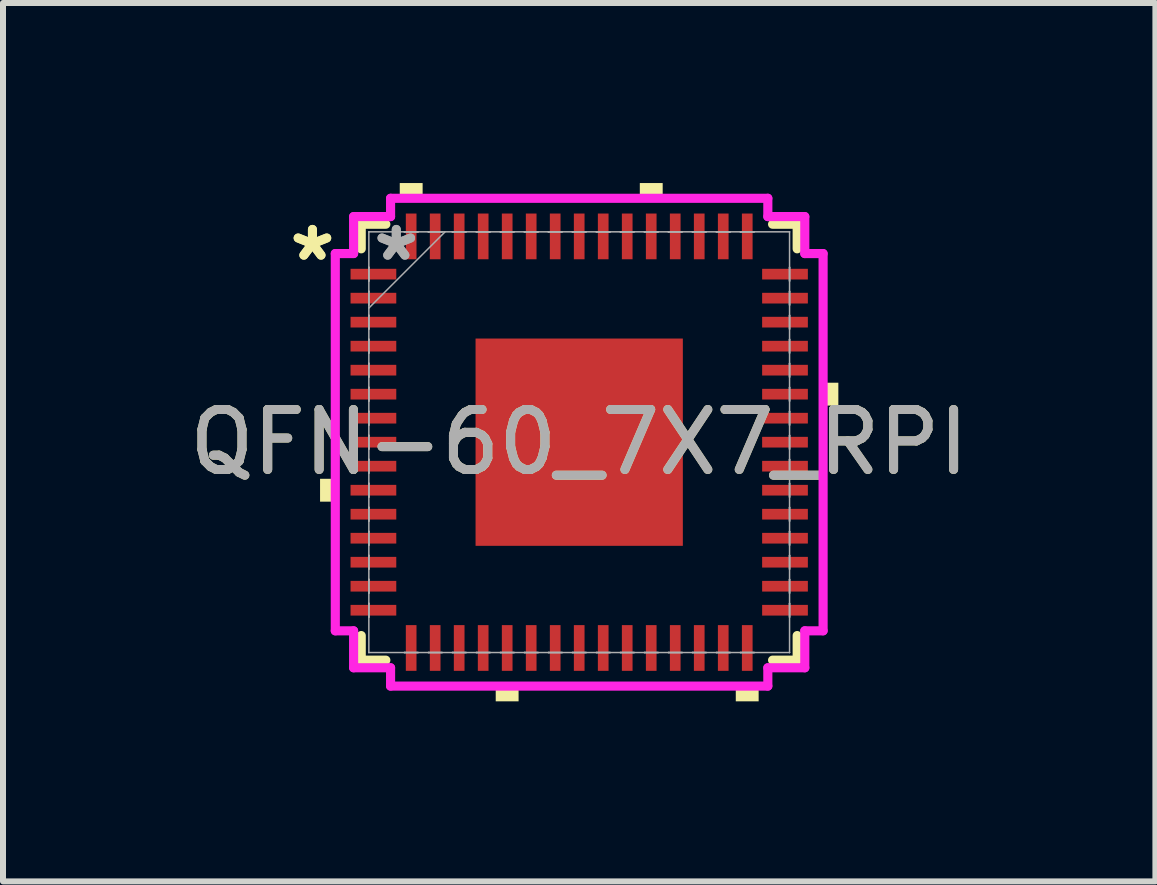
<source format=kicad_pcb>
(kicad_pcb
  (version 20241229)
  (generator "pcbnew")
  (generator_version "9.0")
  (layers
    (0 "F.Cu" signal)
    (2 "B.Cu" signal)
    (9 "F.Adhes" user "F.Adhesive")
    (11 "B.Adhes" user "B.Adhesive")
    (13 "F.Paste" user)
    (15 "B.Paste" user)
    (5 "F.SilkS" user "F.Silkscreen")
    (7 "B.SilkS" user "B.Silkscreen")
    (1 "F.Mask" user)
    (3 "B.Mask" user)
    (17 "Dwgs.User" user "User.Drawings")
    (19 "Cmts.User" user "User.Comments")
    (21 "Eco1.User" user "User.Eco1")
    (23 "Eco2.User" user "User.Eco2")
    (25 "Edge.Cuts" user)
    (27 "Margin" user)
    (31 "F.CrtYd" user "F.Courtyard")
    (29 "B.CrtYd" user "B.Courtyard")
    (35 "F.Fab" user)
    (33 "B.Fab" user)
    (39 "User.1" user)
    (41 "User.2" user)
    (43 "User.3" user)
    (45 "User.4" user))
  (footprint "QFN-60_7X7_RPI"
    (layer "F.Cu")
    (at 6.601 4.318)
    (property "Reference" "QFN-60_7X7_RPI" (at 0 0 0) (unlocked yes) (layer "F.SilkS") (effects (font (size 1 1) (thickness 0.15))))
    (attr smd)
    (fp_line (start -3.632 -3.632) (end -3.632 -3.222) (stroke (width 0.152) (type solid)) (layer "F.SilkS"))
    (fp_line (start -3.632 3.222) (end -3.632 3.632) (stroke (width 0.152) (type solid)) (layer "F.SilkS"))
    (fp_line (start -3.632 3.632) (end -3.222 3.632) (stroke (width 0.152) (type solid)) (layer "F.SilkS"))
    (fp_line (start -3.222 -3.632) (end -3.632 -3.632) (stroke (width 0.152) (type solid)) (layer "F.SilkS"))
    (fp_line (start 3.222 3.632) (end 3.632 3.632) (stroke (width 0.152) (type solid)) (layer "F.SilkS"))
    (fp_line (start 3.632 -3.632) (end 3.222 -3.632) (stroke (width 0.152) (type solid)) (layer "F.SilkS"))
    (fp_line (start 3.632 -3.222) (end 3.632 -3.632) (stroke (width 0.152) (type solid)) (layer "F.SilkS"))
    (fp_line (start 3.632 3.632) (end 3.632 3.222) (stroke (width 0.152) (type solid)) (layer "F.SilkS"))
    (fp_poly (pts (xy -4.318 0.61) (xy -4.318 0.991) (xy -4.064 0.991) (xy -4.064 0.61)) (stroke (width 0) (type solid)) (fill yes) (layer "F.SilkS"))
    (fp_poly (pts (xy -2.99 -4.064) (xy -2.99 -4.318) (xy -2.609 -4.318) (xy -2.609 -4.064)) (stroke (width 0) (type solid)) (fill yes) (layer "F.SilkS"))
    (fp_poly (pts (xy -1.391 4.064) (xy -1.391 4.318) (xy -1.01 4.318) (xy -1.01 4.064)) (stroke (width 0) (type solid)) (fill yes) (layer "F.SilkS"))
    (fp_poly (pts (xy 1.01 -4.064) (xy 1.01 -4.318) (xy 1.391 -4.318) (xy 1.391 -4.064)) (stroke (width 0) (type solid)) (fill yes) (layer "F.SilkS"))
    (fp_poly (pts (xy 2.609 4.064) (xy 2.609 4.318) (xy 2.99 4.318) (xy 2.99 4.064)) (stroke (width 0) (type solid)) (fill yes) (layer "F.SilkS"))
    (fp_poly (pts (xy 4.318 -0.991) (xy 4.318 -0.61) (xy 4.064 -0.61) (xy 4.064 -0.991)) (stroke (width 0) (type solid)) (fill yes) (layer "F.SilkS"))
    (fp_poly (pts (xy -1.627 -1.627) (xy -1.627 -0.1) (xy -0.1 -0.1) (xy -0.1 -1.627)) (stroke (width 0) (type solid)) (fill yes) (layer "F.Paste"))
    (fp_poly (pts (xy -1.627 0.1) (xy -1.627 1.627) (xy -0.1 1.627) (xy -0.1 0.1)) (stroke (width 0) (type solid)) (fill yes) (layer "F.Paste"))
    (fp_poly (pts (xy 0.1 -1.627) (xy 0.1 -0.1) (xy 1.627 -0.1) (xy 1.627 -1.627)) (stroke (width 0) (type solid)) (fill yes) (layer "F.Paste"))
    (fp_poly (pts (xy 0.1 0.1) (xy 0.1 1.627) (xy 1.627 1.627) (xy 1.627 0.1)) (stroke (width 0) (type solid)) (fill yes) (layer "F.Paste"))
    (fp_line (start -4.064 -3.143) (end -3.759 -3.143) (stroke (width 0.152) (type solid)) (layer "F.CrtYd"))
    (fp_line (start -4.064 3.143) (end -4.064 -3.143) (stroke (width 0.152) (type solid)) (layer "F.CrtYd"))
    (fp_line (start -3.759 -3.759) (end -3.143 -3.759) (stroke (width 0.152) (type solid)) (layer "F.CrtYd"))
    (fp_line (start -3.759 -3.143) (end -3.759 -3.759) (stroke (width 0.152) (type solid)) (layer "F.CrtYd"))
    (fp_line (start -3.759 3.143) (end -4.064 3.143) (stroke (width 0.152) (type solid)) (layer "F.CrtYd"))
    (fp_line (start -3.759 3.759) (end -3.759 3.143) (stroke (width 0.152) (type solid)) (layer "F.CrtYd"))
    (fp_line (start -3.143 -4.064) (end 3.143 -4.064) (stroke (width 0.152) (type solid)) (layer "F.CrtYd"))
    (fp_line (start -3.143 -3.759) (end -3.143 -4.064) (stroke (width 0.152) (type solid)) (layer "F.CrtYd"))
    (fp_line (start -3.143 3.759) (end -3.759 3.759) (stroke (width 0.152) (type solid)) (layer "F.CrtYd"))
    (fp_line (start -3.143 4.064) (end -3.143 3.759) (stroke (width 0.152) (type solid)) (layer "F.CrtYd"))
    (fp_line (start 3.143 -4.064) (end 3.143 -3.759) (stroke (width 0.152) (type solid)) (layer "F.CrtYd"))
    (fp_line (start 3.143 -3.759) (end 3.759 -3.759) (stroke (width 0.152) (type solid)) (layer "F.CrtYd"))
    (fp_line (start 3.143 3.759) (end 3.143 4.064) (stroke (width 0.152) (type solid)) (layer "F.CrtYd"))
    (fp_line (start 3.143 4.064) (end -3.143 4.064) (stroke (width 0.152) (type solid)) (layer "F.CrtYd"))
    (fp_line (start 3.759 -3.759) (end 3.759 -3.143) (stroke (width 0.152) (type solid)) (layer "F.CrtYd"))
    (fp_line (start 3.759 -3.143) (end 4.064 -3.143) (stroke (width 0.152) (type solid)) (layer "F.CrtYd"))
    (fp_line (start 3.759 3.143) (end 3.759 3.759) (stroke (width 0.152) (type solid)) (layer "F.CrtYd"))
    (fp_line (start 3.759 3.759) (end 3.143 3.759) (stroke (width 0.152) (type solid)) (layer "F.CrtYd"))
    (fp_line (start 4.064 -3.143) (end 4.064 3.143) (stroke (width 0.152) (type solid)) (layer "F.CrtYd"))
    (fp_line (start 4.064 3.143) (end 3.759 3.143) (stroke (width 0.152) (type solid)) (layer "F.CrtYd"))
    (fp_line (start -3.505 -3.505) (end -3.505 -3.505) (stroke (width 0.025) (type solid)) (layer "F.Fab"))
    (fp_line (start -3.505 -3.505) (end -3.505 3.505) (stroke (width 0.025) (type solid)) (layer "F.Fab"))
    (fp_line (start -3.505 -2.914) (end -3.505 -2.914) (stroke (width 0.025) (type solid)) (layer "F.Fab"))
    (fp_line (start -3.505 -2.914) (end -3.505 -2.686) (stroke (width 0.025) (type solid)) (layer "F.Fab"))
    (fp_line (start -3.505 -2.686) (end -3.505 -2.914) (stroke (width 0.025) (type solid)) (layer "F.Fab"))
    (fp_line (start -3.505 -2.686) (end -3.505 -2.686) (stroke (width 0.025) (type solid)) (layer "F.Fab"))
    (fp_line (start -3.505 -2.514) (end -3.505 -2.514) (stroke (width 0.025) (type solid)) (layer "F.Fab"))
    (fp_line (start -3.505 -2.514) (end -3.505 -2.286) (stroke (width 0.025) (type solid)) (layer "F.Fab"))
    (fp_line (start -3.505 -2.286) (end -3.505 -2.514) (stroke (width 0.025) (type solid)) (layer "F.Fab"))
    (fp_line (start -3.505 -2.286) (end -3.505 -2.286) (stroke (width 0.025) (type solid)) (layer "F.Fab"))
    (fp_line (start -3.505 -2.235) (end -2.235 -3.505) (stroke (width 0.025) (type solid)) (layer "F.Fab"))
    (fp_line (start -3.505 -2.114) (end -3.505 -2.114) (stroke (width 0.025) (type solid)) (layer "F.Fab"))
    (fp_line (start -3.505 -2.114) (end -3.505 -1.886) (stroke (width 0.025) (type solid)) (layer "F.Fab"))
    (fp_line (start -3.505 -1.886) (end -3.505 -2.114) (stroke (width 0.025) (type solid)) (layer "F.Fab"))
    (fp_line (start -3.505 -1.886) (end -3.505 -1.886) (stroke (width 0.025) (type solid)) (layer "F.Fab"))
    (fp_line (start -3.505 -1.714) (end -3.505 -1.714) (stroke (width 0.025) (type solid)) (layer "F.Fab"))
    (fp_line (start -3.505 -1.714) (end -3.505 -1.486) (stroke (width 0.025) (type solid)) (layer "F.Fab"))
    (fp_line (start -3.505 -1.486) (end -3.505 -1.714) (stroke (width 0.025) (type solid)) (layer "F.Fab"))
    (fp_line (start -3.505 -1.486) (end -3.505 -1.486) (stroke (width 0.025) (type solid)) (layer "F.Fab"))
    (fp_line (start -3.505 -1.314) (end -3.505 -1.314) (stroke (width 0.025) (type solid)) (layer "F.Fab"))
    (fp_line (start -3.505 -1.314) (end -3.505 -1.086) (stroke (width 0.025) (type solid)) (layer "F.Fab"))
    (fp_line (start -3.505 -1.086) (end -3.505 -1.314) (stroke (width 0.025) (type solid)) (layer "F.Fab"))
    (fp_line (start -3.505 -1.086) (end -3.505 -1.086) (stroke (width 0.025) (type solid)) (layer "F.Fab"))
    (fp_line (start -3.505 -0.914) (end -3.505 -0.914) (stroke (width 0.025) (type solid)) (layer "F.Fab"))
    (fp_line (start -3.505 -0.914) (end -3.505 -0.686) (stroke (width 0.025) (type solid)) (layer "F.Fab"))
    (fp_line (start -3.505 -0.686) (end -3.505 -0.914) (stroke (width 0.025) (type solid)) (layer "F.Fab"))
    (fp_line (start -3.505 -0.686) (end -3.505 -0.686) (stroke (width 0.025) (type solid)) (layer "F.Fab"))
    (fp_line (start -3.505 -0.514) (end -3.505 -0.514) (stroke (width 0.025) (type solid)) (layer "F.Fab"))
    (fp_line (start -3.505 -0.514) (end -3.505 -0.286) (stroke (width 0.025) (type solid)) (layer "F.Fab"))
    (fp_line (start -3.505 -0.286) (end -3.505 -0.514) (stroke (width 0.025) (type solid)) (layer "F.Fab"))
    (fp_line (start -3.505 -0.286) (end -3.505 -0.286) (stroke (width 0.025) (type solid)) (layer "F.Fab"))
    (fp_line (start -3.505 -0.114) (end -3.505 -0.114) (stroke (width 0.025) (type solid)) (layer "F.Fab"))
    (fp_line (start -3.505 -0.114) (end -3.505 0.114) (stroke (width 0.025) (type solid)) (layer "F.Fab"))
    (fp_line (start -3.505 0.114) (end -3.505 -0.114) (stroke (width 0.025) (type solid)) (layer "F.Fab"))
    (fp_line (start -3.505 0.114) (end -3.505 0.114) (stroke (width 0.025) (type solid)) (layer "F.Fab"))
    (fp_line (start -3.505 0.286) (end -3.505 0.286) (stroke (width 0.025) (type solid)) (layer "F.Fab"))
    (fp_line (start -3.505 0.286) (end -3.505 0.514) (stroke (width 0.025) (type solid)) (layer "F.Fab"))
    (fp_line (start -3.505 0.514) (end -3.505 0.286) (stroke (width 0.025) (type solid)) (layer "F.Fab"))
    (fp_line (start -3.505 0.514) (end -3.505 0.514) (stroke (width 0.025) (type solid)) (layer "F.Fab"))
    (fp_line (start -3.505 0.686) (end -3.505 0.686) (stroke (width 0.025) (type solid)) (layer "F.Fab"))
    (fp_line (start -3.505 0.686) (end -3.505 0.914) (stroke (width 0.025) (type solid)) (layer "F.Fab"))
    (fp_line (start -3.505 0.914) (end -3.505 0.686) (stroke (width 0.025) (type solid)) (layer "F.Fab"))
    (fp_line (start -3.505 0.914) (end -3.505 0.914) (stroke (width 0.025) (type solid)) (layer "F.Fab"))
    (fp_line (start -3.505 1.086) (end -3.505 1.086) (stroke (width 0.025) (type solid)) (layer "F.Fab"))
    (fp_line (start -3.505 1.086) (end -3.505 1.314) (stroke (width 0.025) (type solid)) (layer "F.Fab"))
    (fp_line (start -3.505 1.314) (end -3.505 1.086) (stroke (width 0.025) (type solid)) (layer "F.Fab"))
    (fp_line (start -3.505 1.314) (end -3.505 1.314) (stroke (width 0.025) (type solid)) (layer "F.Fab"))
    (fp_line (start -3.505 1.486) (end -3.505 1.486) (stroke (width 0.025) (type solid)) (layer "F.Fab"))
    (fp_line (start -3.505 1.486) (end -3.505 1.714) (stroke (width 0.025) (type solid)) (layer "F.Fab"))
    (fp_line (start -3.505 1.714) (end -3.505 1.486) (stroke (width 0.025) (type solid)) (layer "F.Fab"))
    (fp_line (start -3.505 1.714) (end -3.505 1.714) (stroke (width 0.025) (type solid)) (layer "F.Fab"))
    (fp_line (start -3.505 1.886) (end -3.505 1.886) (stroke (width 0.025) (type solid)) (layer "F.Fab"))
    (fp_line (start -3.505 1.886) (end -3.505 2.114) (stroke (width 0.025) (type solid)) (layer "F.Fab"))
    (fp_line (start -3.505 2.114) (end -3.505 1.886) (stroke (width 0.025) (type solid)) (layer "F.Fab"))
    (fp_line (start -3.505 2.114) (end -3.505 2.114) (stroke (width 0.025) (type solid)) (layer "F.Fab"))
    (fp_line (start -3.505 2.286) (end -3.505 2.286) (stroke (width 0.025) (type solid)) (layer "F.Fab"))
    (fp_line (start -3.505 2.286) (end -3.505 2.514) (stroke (width 0.025) (type solid)) (layer "F.Fab"))
    (fp_line (start -3.505 2.514) (end -3.505 2.286) (stroke (width 0.025) (type solid)) (layer "F.Fab"))
    (fp_line (start -3.505 2.514) (end -3.505 2.514) (stroke (width 0.025) (type solid)) (layer "F.Fab"))
    (fp_line (start -3.505 2.686) (end -3.505 2.686) (stroke (width 0.025) (type solid)) (layer "F.Fab"))
    (fp_line (start -3.505 2.686) (end -3.505 2.914) (stroke (width 0.025) (type solid)) (layer "F.Fab"))
    (fp_line (start -3.505 2.914) (end -3.505 2.686) (stroke (width 0.025) (type solid)) (layer "F.Fab"))
    (fp_line (start -3.505 2.914) (end -3.505 2.914) (stroke (width 0.025) (type solid)) (layer "F.Fab"))
    (fp_line (start -3.505 3.505) (end -3.505 3.505) (stroke (width 0.025) (type solid)) (layer "F.Fab"))
    (fp_line (start -3.505 3.505) (end 3.505 3.505) (stroke (width 0.025) (type solid)) (layer "F.Fab"))
    (fp_line (start -2.914 -3.505) (end -2.914 -3.505) (stroke (width 0.025) (type solid)) (layer "F.Fab"))
    (fp_line (start -2.914 -3.505) (end -2.686 -3.505) (stroke (width 0.025) (type solid)) (layer "F.Fab"))
    (fp_line (start -2.914 3.505) (end -2.914 3.505) (stroke (width 0.025) (type solid)) (layer "F.Fab"))
    (fp_line (start -2.914 3.505) (end -2.686 3.505) (stroke (width 0.025) (type solid)) (layer "F.Fab"))
    (fp_line (start -2.686 -3.505) (end -2.914 -3.505) (stroke (width 0.025) (type solid)) (layer "F.Fab"))
    (fp_line (start -2.686 -3.505) (end -2.686 -3.505) (stroke (width 0.025) (type solid)) (layer "F.Fab"))
    (fp_line (start -2.686 3.505) (end -2.914 3.505) (stroke (width 0.025) (type solid)) (layer "F.Fab"))
    (fp_line (start -2.686 3.505) (end -2.686 3.505) (stroke (width 0.025) (type solid)) (layer "F.Fab"))
    (fp_line (start -2.514 -3.505) (end -2.514 -3.505) (stroke (width 0.025) (type solid)) (layer "F.Fab"))
    (fp_line (start -2.514 -3.505) (end -2.286 -3.505) (stroke (width 0.025) (type solid)) (layer "F.Fab"))
    (fp_line (start -2.514 3.505) (end -2.514 3.505) (stroke (width 0.025) (type solid)) (layer "F.Fab"))
    (fp_line (start -2.514 3.505) (end -2.286 3.505) (stroke (width 0.025) (type solid)) (layer "F.Fab"))
    (fp_line (start -2.286 -3.505) (end -2.514 -3.505) (stroke (width 0.025) (type solid)) (layer "F.Fab"))
    (fp_line (start -2.286 -3.505) (end -2.286 -3.505) (stroke (width 0.025) (type solid)) (layer "F.Fab"))
    (fp_line (start -2.286 3.505) (end -2.514 3.505) (stroke (width 0.025) (type solid)) (layer "F.Fab"))
    (fp_line (start -2.286 3.505) (end -2.286 3.505) (stroke (width 0.025) (type solid)) (layer "F.Fab"))
    (fp_line (start -2.114 -3.505) (end -2.114 -3.505) (stroke (width 0.025) (type solid)) (layer "F.Fab"))
    (fp_line (start -2.114 -3.505) (end -1.886 -3.505) (stroke (width 0.025) (type solid)) (layer "F.Fab"))
    (fp_line (start -2.114 3.505) (end -2.114 3.505) (stroke (width 0.025) (type solid)) (layer "F.Fab"))
    (fp_line (start -2.114 3.505) (end -1.886 3.505) (stroke (width 0.025) (type solid)) (layer "F.Fab"))
    (fp_line (start -1.886 -3.505) (end -2.114 -3.505) (stroke (width 0.025) (type solid)) (layer "F.Fab"))
    (fp_line (start -1.886 -3.505) (end -1.886 -3.505) (stroke (width 0.025) (type solid)) (layer "F.Fab"))
    (fp_line (start -1.886 3.505) (end -2.114 3.505) (stroke (width 0.025) (type solid)) (layer "F.Fab"))
    (fp_line (start -1.886 3.505) (end -1.886 3.505) (stroke (width 0.025) (type solid)) (layer "F.Fab"))
    (fp_line (start -1.714 -3.505) (end -1.714 -3.505) (stroke (width 0.025) (type solid)) (layer "F.Fab"))
    (fp_line (start -1.714 -3.505) (end -1.486 -3.505) (stroke (width 0.025) (type solid)) (layer "F.Fab"))
    (fp_line (start -1.714 3.505) (end -1.714 3.505) (stroke (width 0.025) (type solid)) (layer "F.Fab"))
    (fp_line (start -1.714 3.505) (end -1.486 3.505) (stroke (width 0.025) (type solid)) (layer "F.Fab"))
    (fp_line (start -1.486 -3.505) (end -1.714 -3.505) (stroke (width 0.025) (type solid)) (layer "F.Fab"))
    (fp_line (start -1.486 -3.505) (end -1.486 -3.505) (stroke (width 0.025) (type solid)) (layer "F.Fab"))
    (fp_line (start -1.486 3.505) (end -1.714 3.505) (stroke (width 0.025) (type solid)) (layer "F.Fab"))
    (fp_line (start -1.486 3.505) (end -1.486 3.505) (stroke (width 0.025) (type solid)) (layer "F.Fab"))
    (fp_line (start -1.314 -3.505) (end -1.314 -3.505) (stroke (width 0.025) (type solid)) (layer "F.Fab"))
    (fp_line (start -1.314 -3.505) (end -1.086 -3.505) (stroke (width 0.025) (type solid)) (layer "F.Fab"))
    (fp_line (start -1.314 3.505) (end -1.314 3.505) (stroke (width 0.025) (type solid)) (layer "F.Fab"))
    (fp_line (start -1.314 3.505) (end -1.086 3.505) (stroke (width 0.025) (type solid)) (layer "F.Fab"))
    (fp_line (start -1.086 -3.505) (end -1.314 -3.505) (stroke (width 0.025) (type solid)) (layer "F.Fab"))
    (fp_line (start -1.086 -3.505) (end -1.086 -3.505) (stroke (width 0.025) (type solid)) (layer "F.Fab"))
    (fp_line (start -1.086 3.505) (end -1.314 3.505) (stroke (width 0.025) (type solid)) (layer "F.Fab"))
    (fp_line (start -1.086 3.505) (end -1.086 3.505) (stroke (width 0.025) (type solid)) (layer "F.Fab"))
    (fp_line (start -0.914 -3.505) (end -0.914 -3.505) (stroke (width 0.025) (type solid)) (layer "F.Fab"))
    (fp_line (start -0.914 -3.505) (end -0.686 -3.505) (stroke (width 0.025) (type solid)) (layer "F.Fab"))
    (fp_line (start -0.914 3.505) (end -0.914 3.505) (stroke (width 0.025) (type solid)) (layer "F.Fab"))
    (fp_line (start -0.914 3.505) (end -0.686 3.505) (stroke (width 0.025) (type solid)) (layer "F.Fab"))
    (fp_line (start -0.686 -3.505) (end -0.914 -3.505) (stroke (width 0.025) (type solid)) (layer "F.Fab"))
    (fp_line (start -0.686 -3.505) (end -0.686 -3.505) (stroke (width 0.025) (type solid)) (layer "F.Fab"))
    (fp_line (start -0.686 3.505) (end -0.914 3.505) (stroke (width 0.025) (type solid)) (layer "F.Fab"))
    (fp_line (start -0.686 3.505) (end -0.686 3.505) (stroke (width 0.025) (type solid)) (layer "F.Fab"))
    (fp_line (start -0.514 -3.505) (end -0.514 -3.505) (stroke (width 0.025) (type solid)) (layer "F.Fab"))
    (fp_line (start -0.514 -3.505) (end -0.286 -3.505) (stroke (width 0.025) (type solid)) (layer "F.Fab"))
    (fp_line (start -0.514 3.505) (end -0.514 3.505) (stroke (width 0.025) (type solid)) (layer "F.Fab"))
    (fp_line (start -0.514 3.505) (end -0.286 3.505) (stroke (width 0.025) (type solid)) (layer "F.Fab"))
    (fp_line (start -0.286 -3.505) (end -0.514 -3.505) (stroke (width 0.025) (type solid)) (layer "F.Fab"))
    (fp_line (start -0.286 -3.505) (end -0.286 -3.505) (stroke (width 0.025) (type solid)) (layer "F.Fab"))
    (fp_line (start -0.286 3.505) (end -0.514 3.505) (stroke (width 0.025) (type solid)) (layer "F.Fab"))
    (fp_line (start -0.286 3.505) (end -0.286 3.505) (stroke (width 0.025) (type solid)) (layer "F.Fab"))
    (fp_line (start -0.114 -3.505) (end -0.114 -3.505) (stroke (width 0.025) (type solid)) (layer "F.Fab"))
    (fp_line (start -0.114 -3.505) (end 0.114 -3.505) (stroke (width 0.025) (type solid)) (layer "F.Fab"))
    (fp_line (start -0.114 3.505) (end -0.114 3.505) (stroke (width 0.025) (type solid)) (layer "F.Fab"))
    (fp_line (start -0.114 3.505) (end 0.114 3.505) (stroke (width 0.025) (type solid)) (layer "F.Fab"))
    (fp_line (start 0.114 -3.505) (end -0.114 -3.505) (stroke (width 0.025) (type solid)) (layer "F.Fab"))
    (fp_line (start 0.114 -3.505) (end 0.114 -3.505) (stroke (width 0.025) (type solid)) (layer "F.Fab"))
    (fp_line (start 0.114 3.505) (end -0.114 3.505) (stroke (width 0.025) (type solid)) (layer "F.Fab"))
    (fp_line (start 0.114 3.505) (end 0.114 3.505) (stroke (width 0.025) (type solid)) (layer "F.Fab"))
    (fp_line (start 0.286 -3.505) (end 0.286 -3.505) (stroke (width 0.025) (type solid)) (layer "F.Fab"))
    (fp_line (start 0.286 -3.505) (end 0.514 -3.505) (stroke (width 0.025) (type solid)) (layer "F.Fab"))
    (fp_line (start 0.286 3.505) (end 0.286 3.505) (stroke (width 0.025) (type solid)) (layer "F.Fab"))
    (fp_line (start 0.286 3.505) (end 0.514 3.505) (stroke (width 0.025) (type solid)) (layer "F.Fab"))
    (fp_line (start 0.514 -3.505) (end 0.286 -3.505) (stroke (width 0.025) (type solid)) (layer "F.Fab"))
    (fp_line (start 0.514 -3.505) (end 0.514 -3.505) (stroke (width 0.025) (type solid)) (layer "F.Fab"))
    (fp_line (start 0.514 3.505) (end 0.286 3.505) (stroke (width 0.025) (type solid)) (layer "F.Fab"))
    (fp_line (start 0.514 3.505) (end 0.514 3.505) (stroke (width 0.025) (type solid)) (layer "F.Fab"))
    (fp_line (start 0.686 -3.505) (end 0.686 -3.505) (stroke (width 0.025) (type solid)) (layer "F.Fab"))
    (fp_line (start 0.686 -3.505) (end 0.914 -3.505) (stroke (width 0.025) (type solid)) (layer "F.Fab"))
    (fp_line (start 0.686 3.505) (end 0.686 3.505) (stroke (width 0.025) (type solid)) (layer "F.Fab"))
    (fp_line (start 0.686 3.505) (end 0.914 3.505) (stroke (width 0.025) (type solid)) (layer "F.Fab"))
    (fp_line (start 0.914 -3.505) (end 0.686 -3.505) (stroke (width 0.025) (type solid)) (layer "F.Fab"))
    (fp_line (start 0.914 -3.505) (end 0.914 -3.505) (stroke (width 0.025) (type solid)) (layer "F.Fab"))
    (fp_line (start 0.914 3.505) (end 0.686 3.505) (stroke (width 0.025) (type solid)) (layer "F.Fab"))
    (fp_line (start 0.914 3.505) (end 0.914 3.505) (stroke (width 0.025) (type solid)) (layer "F.Fab"))
    (fp_line (start 1.086 -3.505) (end 1.086 -3.505) (stroke (width 0.025) (type solid)) (layer "F.Fab"))
    (fp_line (start 1.086 -3.505) (end 1.314 -3.505) (stroke (width 0.025) (type solid)) (layer "F.Fab"))
    (fp_line (start 1.086 3.505) (end 1.086 3.505) (stroke (width 0.025) (type solid)) (layer "F.Fab"))
    (fp_line (start 1.086 3.505) (end 1.314 3.505) (stroke (width 0.025) (type solid)) (layer "F.Fab"))
    (fp_line (start 1.314 -3.505) (end 1.086 -3.505) (stroke (width 0.025) (type solid)) (layer "F.Fab"))
    (fp_line (start 1.314 -3.505) (end 1.314 -3.505) (stroke (width 0.025) (type solid)) (layer "F.Fab"))
    (fp_line (start 1.314 3.505) (end 1.086 3.505) (stroke (width 0.025) (type solid)) (layer "F.Fab"))
    (fp_line (start 1.314 3.505) (end 1.314 3.505) (stroke (width 0.025) (type solid)) (layer "F.Fab"))
    (fp_line (start 1.486 -3.505) (end 1.486 -3.505) (stroke (width 0.025) (type solid)) (layer "F.Fab"))
    (fp_line (start 1.486 -3.505) (end 1.714 -3.505) (stroke (width 0.025) (type solid)) (layer "F.Fab"))
    (fp_line (start 1.486 3.505) (end 1.486 3.505) (stroke (width 0.025) (type solid)) (layer "F.Fab"))
    (fp_line (start 1.486 3.505) (end 1.714 3.505) (stroke (width 0.025) (type solid)) (layer "F.Fab"))
    (fp_line (start 1.714 -3.505) (end 1.486 -3.505) (stroke (width 0.025) (type solid)) (layer "F.Fab"))
    (fp_line (start 1.714 -3.505) (end 1.714 -3.505) (stroke (width 0.025) (type solid)) (layer "F.Fab"))
    (fp_line (start 1.714 3.505) (end 1.486 3.505) (stroke (width 0.025) (type solid)) (layer "F.Fab"))
    (fp_line (start 1.714 3.505) (end 1.714 3.505) (stroke (width 0.025) (type solid)) (layer "F.Fab"))
    (fp_line (start 1.886 -3.505) (end 1.886 -3.505) (stroke (width 0.025) (type solid)) (layer "F.Fab"))
    (fp_line (start 1.886 -3.505) (end 2.114 -3.505) (stroke (width 0.025) (type solid)) (layer "F.Fab"))
    (fp_line (start 1.886 3.505) (end 1.886 3.505) (stroke (width 0.025) (type solid)) (layer "F.Fab"))
    (fp_line (start 1.886 3.505) (end 2.114 3.505) (stroke (width 0.025) (type solid)) (layer "F.Fab"))
    (fp_line (start 2.114 -3.505) (end 1.886 -3.505) (stroke (width 0.025) (type solid)) (layer "F.Fab"))
    (fp_line (start 2.114 -3.505) (end 2.114 -3.505) (stroke (width 0.025) (type solid)) (layer "F.Fab"))
    (fp_line (start 2.114 3.505) (end 1.886 3.505) (stroke (width 0.025) (type solid)) (layer "F.Fab"))
    (fp_line (start 2.114 3.505) (end 2.114 3.505) (stroke (width 0.025) (type solid)) (layer "F.Fab"))
    (fp_line (start 2.286 -3.505) (end 2.286 -3.505) (stroke (width 0.025) (type solid)) (layer "F.Fab"))
    (fp_line (start 2.286 -3.505) (end 2.514 -3.505) (stroke (width 0.025) (type solid)) (layer "F.Fab"))
    (fp_line (start 2.286 3.505) (end 2.286 3.505) (stroke (width 0.025) (type solid)) (layer "F.Fab"))
    (fp_line (start 2.286 3.505) (end 2.514 3.505) (stroke (width 0.025) (type solid)) (layer "F.Fab"))
    (fp_line (start 2.514 -3.505) (end 2.286 -3.505) (stroke (width 0.025) (type solid)) (layer "F.Fab"))
    (fp_line (start 2.514 -3.505) (end 2.514 -3.505) (stroke (width 0.025) (type solid)) (layer "F.Fab"))
    (fp_line (start 2.514 3.505) (end 2.286 3.505) (stroke (width 0.025) (type solid)) (layer "F.Fab"))
    (fp_line (start 2.514 3.505) (end 2.514 3.505) (stroke (width 0.025) (type solid)) (layer "F.Fab"))
    (fp_line (start 2.686 -3.505) (end 2.686 -3.505) (stroke (width 0.025) (type solid)) (layer "F.Fab"))
    (fp_line (start 2.686 -3.505) (end 2.914 -3.505) (stroke (width 0.025) (type solid)) (layer "F.Fab"))
    (fp_line (start 2.686 3.505) (end 2.686 3.505) (stroke (width 0.025) (type solid)) (layer "F.Fab"))
    (fp_line (start 2.686 3.505) (end 2.914 3.505) (stroke (width 0.025) (type solid)) (layer "F.Fab"))
    (fp_line (start 2.914 -3.505) (end 2.686 -3.505) (stroke (width 0.025) (type solid)) (layer "F.Fab"))
    (fp_line (start 2.914 -3.505) (end 2.914 -3.505) (stroke (width 0.025) (type solid)) (layer "F.Fab"))
    (fp_line (start 2.914 3.505) (end 2.686 3.505) (stroke (width 0.025) (type solid)) (layer "F.Fab"))
    (fp_line (start 2.914 3.505) (end 2.914 3.505) (stroke (width 0.025) (type solid)) (layer "F.Fab"))
    (fp_line (start 3.505 -3.505) (end -3.505 -3.505) (stroke (width 0.025) (type solid)) (layer "F.Fab"))
    (fp_line (start 3.505 -3.505) (end 3.505 -3.505) (stroke (width 0.025) (type solid)) (layer "F.Fab"))
    (fp_line (start 3.505 -2.914) (end 3.505 -2.914) (stroke (width 0.025) (type solid)) (layer "F.Fab"))
    (fp_line (start 3.505 -2.914) (end 3.505 -2.686) (stroke (width 0.025) (type solid)) (layer "F.Fab"))
    (fp_line (start 3.505 -2.686) (end 3.505 -2.914) (stroke (width 0.025) (type solid)) (layer "F.Fab"))
    (fp_line (start 3.505 -2.686) (end 3.505 -2.686) (stroke (width 0.025) (type solid)) (layer "F.Fab"))
    (fp_line (start 3.505 -2.514) (end 3.505 -2.514) (stroke (width 0.025) (type solid)) (layer "F.Fab"))
    (fp_line (start 3.505 -2.514) (end 3.505 -2.286) (stroke (width 0.025) (type solid)) (layer "F.Fab"))
    (fp_line (start 3.505 -2.286) (end 3.505 -2.514) (stroke (width 0.025) (type solid)) (layer "F.Fab"))
    (fp_line (start 3.505 -2.286) (end 3.505 -2.286) (stroke (width 0.025) (type solid)) (layer "F.Fab"))
    (fp_line (start 3.505 -2.114) (end 3.505 -2.114) (stroke (width 0.025) (type solid)) (layer "F.Fab"))
    (fp_line (start 3.505 -2.114) (end 3.505 -1.886) (stroke (width 0.025) (type solid)) (layer "F.Fab"))
    (fp_line (start 3.505 -1.886) (end 3.505 -2.114) (stroke (width 0.025) (type solid)) (layer "F.Fab"))
    (fp_line (start 3.505 -1.886) (end 3.505 -1.886) (stroke (width 0.025) (type solid)) (layer "F.Fab"))
    (fp_line (start 3.505 -1.714) (end 3.505 -1.714) (stroke (width 0.025) (type solid)) (layer "F.Fab"))
    (fp_line (start 3.505 -1.714) (end 3.505 -1.486) (stroke (width 0.025) (type solid)) (layer "F.Fab"))
    (fp_line (start 3.505 -1.486) (end 3.505 -1.714) (stroke (width 0.025) (type solid)) (layer "F.Fab"))
    (fp_line (start 3.505 -1.486) (end 3.505 -1.486) (stroke (width 0.025) (type solid)) (layer "F.Fab"))
    (fp_line (start 3.505 -1.314) (end 3.505 -1.314) (stroke (width 0.025) (type solid)) (layer "F.Fab"))
    (fp_line (start 3.505 -1.314) (end 3.505 -1.086) (stroke (width 0.025) (type solid)) (layer "F.Fab"))
    (fp_line (start 3.505 -1.086) (end 3.505 -1.314) (stroke (width 0.025) (type solid)) (layer "F.Fab"))
    (fp_line (start 3.505 -1.086) (end 3.505 -1.086) (stroke (width 0.025) (type solid)) (layer "F.Fab"))
    (fp_line (start 3.505 -0.914) (end 3.505 -0.914) (stroke (width 0.025) (type solid)) (layer "F.Fab"))
    (fp_line (start 3.505 -0.914) (end 3.505 -0.686) (stroke (width 0.025) (type solid)) (layer "F.Fab"))
    (fp_line (start 3.505 -0.686) (end 3.505 -0.914) (stroke (width 0.025) (type solid)) (layer "F.Fab"))
    (fp_line (start 3.505 -0.686) (end 3.505 -0.686) (stroke (width 0.025) (type solid)) (layer "F.Fab"))
    (fp_line (start 3.505 -0.514) (end 3.505 -0.514) (stroke (width 0.025) (type solid)) (layer "F.Fab"))
    (fp_line (start 3.505 -0.514) (end 3.505 -0.286) (stroke (width 0.025) (type solid)) (layer "F.Fab"))
    (fp_line (start 3.505 -0.286) (end 3.505 -0.514) (stroke (width 0.025) (type solid)) (layer "F.Fab"))
    (fp_line (start 3.505 -0.286) (end 3.505 -0.286) (stroke (width 0.025) (type solid)) (layer "F.Fab"))
    (fp_line (start 3.505 -0.114) (end 3.505 -0.114) (stroke (width 0.025) (type solid)) (layer "F.Fab"))
    (fp_line (start 3.505 -0.114) (end 3.505 0.114) (stroke (width 0.025) (type solid)) (layer "F.Fab"))
    (fp_line (start 3.505 0.114) (end 3.505 -0.114) (stroke (width 0.025) (type solid)) (layer "F.Fab"))
    (fp_line (start 3.505 0.114) (end 3.505 0.114) (stroke (width 0.025) (type solid)) (layer "F.Fab"))
    (fp_line (start 3.505 0.286) (end 3.505 0.286) (stroke (width 0.025) (type solid)) (layer "F.Fab"))
    (fp_line (start 3.505 0.286) (end 3.505 0.514) (stroke (width 0.025) (type solid)) (layer "F.Fab"))
    (fp_line (start 3.505 0.514) (end 3.505 0.286) (stroke (width 0.025) (type solid)) (layer "F.Fab"))
    (fp_line (start 3.505 0.514) (end 3.505 0.514) (stroke (width 0.025) (type solid)) (layer "F.Fab"))
    (fp_line (start 3.505 0.686) (end 3.505 0.686) (stroke (width 0.025) (type solid)) (layer "F.Fab"))
    (fp_line (start 3.505 0.686) (end 3.505 0.914) (stroke (width 0.025) (type solid)) (layer "F.Fab"))
    (fp_line (start 3.505 0.914) (end 3.505 0.686) (stroke (width 0.025) (type solid)) (layer "F.Fab"))
    (fp_line (start 3.505 0.914) (end 3.505 0.914) (stroke (width 0.025) (type solid)) (layer "F.Fab"))
    (fp_line (start 3.505 1.086) (end 3.505 1.086) (stroke (width 0.025) (type solid)) (layer "F.Fab"))
    (fp_line (start 3.505 1.086) (end 3.505 1.314) (stroke (width 0.025) (type solid)) (layer "F.Fab"))
    (fp_line (start 3.505 1.314) (end 3.505 1.086) (stroke (width 0.025) (type solid)) (layer "F.Fab"))
    (fp_line (start 3.505 1.314) (end 3.505 1.314) (stroke (width 0.025) (type solid)) (layer "F.Fab"))
    (fp_line (start 3.505 1.486) (end 3.505 1.486) (stroke (width 0.025) (type solid)) (layer "F.Fab"))
    (fp_line (start 3.505 1.486) (end 3.505 1.714) (stroke (width 0.025) (type solid)) (layer "F.Fab"))
    (fp_line (start 3.505 1.714) (end 3.505 1.486) (stroke (width 0.025) (type solid)) (layer "F.Fab"))
    (fp_line (start 3.505 1.714) (end 3.505 1.714) (stroke (width 0.025) (type solid)) (layer "F.Fab"))
    (fp_line (start 3.505 1.886) (end 3.505 1.886) (stroke (width 0.025) (type solid)) (layer "F.Fab"))
    (fp_line (start 3.505 1.886) (end 3.505 2.114) (stroke (width 0.025) (type solid)) (layer "F.Fab"))
    (fp_line (start 3.505 2.114) (end 3.505 1.886) (stroke (width 0.025) (type solid)) (layer "F.Fab"))
    (fp_line (start 3.505 2.114) (end 3.505 2.114) (stroke (width 0.025) (type solid)) (layer "F.Fab"))
    (fp_line (start 3.505 2.286) (end 3.505 2.286) (stroke (width 0.025) (type solid)) (layer "F.Fab"))
    (fp_line (start 3.505 2.286) (end 3.505 2.514) (stroke (width 0.025) (type solid)) (layer "F.Fab"))
    (fp_line (start 3.505 2.514) (end 3.505 2.286) (stroke (width 0.025) (type solid)) (layer "F.Fab"))
    (fp_line (start 3.505 2.514) (end 3.505 2.514) (stroke (width 0.025) (type solid)) (layer "F.Fab"))
    (fp_line (start 3.505 2.686) (end 3.505 2.686) (stroke (width 0.025) (type solid)) (layer "F.Fab"))
    (fp_line (start 3.505 2.686) (end 3.505 2.914) (stroke (width 0.025) (type solid)) (layer "F.Fab"))
    (fp_line (start 3.505 2.914) (end 3.505 2.686) (stroke (width 0.025) (type solid)) (layer "F.Fab"))
    (fp_line (start 3.505 2.914) (end 3.505 2.914) (stroke (width 0.025) (type solid)) (layer "F.Fab"))
    (fp_line (start 3.505 3.505) (end 3.505 -3.505) (stroke (width 0.025) (type solid)) (layer "F.Fab"))
    (fp_line (start 3.505 3.505) (end 3.505 3.505) (stroke (width 0.025) (type solid)) (layer "F.Fab"))
    (fp_text user "*" (at -4.445 -3 0) (unlocked yes) (layer "F.SilkS") (effects (font (size 1 1) (thickness 0.15))))
    (fp_text user "*" (at -4.445 -3 0) (layer "F.SilkS") (effects (font (size 1 1) (thickness 0.15))))
    (fp_text user "*" (at -3.048 -3 0) (layer "F.Fab") (effects (font (size 1 1) (thickness 0.15))))
    (fp_text user "${REFERENCE}" (at 0 0 0) (unlocked yes) (layer "F.Fab") (effects (font (size 1 1) (thickness 0.15))))
    (fp_text user "*" (at -3.048 -3 0) (unlocked yes) (layer "F.Fab") (effects (font (size 1 1) (thickness 0.15))))
    (pad "1" smd rect (at -3.429 -2.8 90) (size 0.178 0.762) (layers "F.Cu" "F.Mask" "F.Paste"))
    (pad "2" smd rect (at -3.429 -2.4 90) (size 0.178 0.762) (layers "F.Cu" "F.Mask" "F.Paste"))
    (pad "3" smd rect (at -3.429 -2 90) (size 0.178 0.762) (layers "F.Cu" "F.Mask" "F.Paste"))
    (pad "4" smd rect (at -3.429 -1.6 90) (size 0.178 0.762) (layers "F.Cu" "F.Mask" "F.Paste"))
    (pad "5" smd rect (at -3.429 -1.2 90) (size 0.178 0.762) (layers "F.Cu" "F.Mask" "F.Paste"))
    (pad "6" smd rect (at -3.429 -0.8 90) (size 0.178 0.762) (layers "F.Cu" "F.Mask" "F.Paste"))
    (pad "7" smd rect (at -3.429 -0.4 90) (size 0.178 0.762) (layers "F.Cu" "F.Mask" "F.Paste"))
    (pad "8" smd rect (at -3.429 0 90) (size 0.178 0.762) (layers "F.Cu" "F.Mask" "F.Paste"))
    (pad "9" smd rect (at -3.429 0.4 90) (size 0.178 0.762) (layers "F.Cu" "F.Mask" "F.Paste"))
    (pad "10" smd rect (at -3.429 0.8 90) (size 0.178 0.762) (layers "F.Cu" "F.Mask" "F.Paste"))
    (pad "11" smd rect (at -3.429 1.2 90) (size 0.178 0.762) (layers "F.Cu" "F.Mask" "F.Paste"))
    (pad "12" smd rect (at -3.429 1.6 90) (size 0.178 0.762) (layers "F.Cu" "F.Mask" "F.Paste"))
    (pad "13" smd rect (at -3.429 2 90) (size 0.178 0.762) (layers "F.Cu" "F.Mask" "F.Paste"))
    (pad "14" smd rect (at -3.429 2.4 90) (size 0.178 0.762) (layers "F.Cu" "F.Mask" "F.Paste"))
    (pad "15" smd rect (at -3.429 2.8 90) (size 0.178 0.762) (layers "F.Cu" "F.Mask" "F.Paste"))
    (pad "16" smd rect (at -2.8 3.429) (size 0.178 0.762) (layers "F.Cu" "F.Mask" "F.Paste"))
    (pad "17" smd rect (at -2.4 3.429) (size 0.178 0.762) (layers "F.Cu" "F.Mask" "F.Paste"))
    (pad "18" smd rect (at -2 3.429) (size 0.178 0.762) (layers "F.Cu" "F.Mask" "F.Paste"))
    (pad "19" smd rect (at -1.6 3.429) (size 0.178 0.762) (layers "F.Cu" "F.Mask" "F.Paste"))
    (pad "20" smd rect (at -1.2 3.429) (size 0.178 0.762) (layers "F.Cu" "F.Mask" "F.Paste"))
    (pad "21" smd rect (at -0.8 3.429) (size 0.178 0.762) (layers "F.Cu" "F.Mask" "F.Paste"))
    (pad "22" smd rect (at -0.4 3.429) (size 0.178 0.762) (layers "F.Cu" "F.Mask" "F.Paste"))
    (pad "23" smd rect (at 0 3.429) (size 0.178 0.762) (layers "F.Cu" "F.Mask" "F.Paste"))
    (pad "24" smd rect (at 0.4 3.429) (size 0.178 0.762) (layers "F.Cu" "F.Mask" "F.Paste"))
    (pad "25" smd rect (at 0.8 3.429) (size 0.178 0.762) (layers "F.Cu" "F.Mask" "F.Paste"))
    (pad "26" smd rect (at 1.2 3.429) (size 0.178 0.762) (layers "F.Cu" "F.Mask" "F.Paste"))
    (pad "27" smd rect (at 1.6 3.429) (size 0.178 0.762) (layers "F.Cu" "F.Mask" "F.Paste"))
    (pad "28" smd rect (at 2 3.429) (size 0.178 0.762) (layers "F.Cu" "F.Mask" "F.Paste"))
    (pad "29" smd rect (at 2.4 3.429) (size 0.178 0.762) (layers "F.Cu" "F.Mask" "F.Paste"))
    (pad "30" smd rect (at 2.8 3.429) (size 0.178 0.762) (layers "F.Cu" "F.Mask" "F.Paste"))
    (pad "31" smd rect (at 3.429 2.8 90) (size 0.178 0.762) (layers "F.Cu" "F.Mask" "F.Paste"))
    (pad "32" smd rect (at 3.429 2.4 90) (size 0.178 0.762) (layers "F.Cu" "F.Mask" "F.Paste"))
    (pad "33" smd rect (at 3.429 2 90) (size 0.178 0.762) (layers "F.Cu" "F.Mask" "F.Paste"))
    (pad "34" smd rect (at 3.429 1.6 90) (size 0.178 0.762) (layers "F.Cu" "F.Mask" "F.Paste"))
    (pad "35" smd rect (at 3.429 1.2 90) (size 0.178 0.762) (layers "F.Cu" "F.Mask" "F.Paste"))
    (pad "36" smd rect (at 3.429 0.8 90) (size 0.178 0.762) (layers "F.Cu" "F.Mask" "F.Paste"))
    (pad "37" smd rect (at 3.429 0.4 90) (size 0.178 0.762) (layers "F.Cu" "F.Mask" "F.Paste"))
    (pad "38" smd rect (at 3.429 0 90) (size 0.178 0.762) (layers "F.Cu" "F.Mask" "F.Paste"))
    (pad "39" smd rect (at 3.429 -0.4 90) (size 0.178 0.762) (layers "F.Cu" "F.Mask" "F.Paste"))
    (pad "40" smd rect (at 3.429 -0.8 90) (size 0.178 0.762) (layers "F.Cu" "F.Mask" "F.Paste"))
    (pad "41" smd rect (at 3.429 -1.2 90) (size 0.178 0.762) (layers "F.Cu" "F.Mask" "F.Paste"))
    (pad "42" smd rect (at 3.429 -1.6 90) (size 0.178 0.762) (layers "F.Cu" "F.Mask" "F.Paste"))
    (pad "43" smd rect (at 3.429 -2 90) (size 0.178 0.762) (layers "F.Cu" "F.Mask" "F.Paste"))
    (pad "44" smd rect (at 3.429 -2.4 90) (size 0.178 0.762) (layers "F.Cu" "F.Mask" "F.Paste"))
    (pad "45" smd rect (at 3.429 -2.8 90) (size 0.178 0.762) (layers "F.Cu" "F.Mask" "F.Paste"))
    (pad "46" smd rect (at 2.8 -3.429) (size 0.178 0.762) (layers "F.Cu" "F.Mask" "F.Paste"))
    (pad "47" smd rect (at 2.4 -3.429) (size 0.178 0.762) (layers "F.Cu" "F.Mask" "F.Paste"))
    (pad "48" smd rect (at 2 -3.429) (size 0.178 0.762) (layers "F.Cu" "F.Mask" "F.Paste"))
    (pad "49" smd rect (at 1.6 -3.429) (size 0.178 0.762) (layers "F.Cu" "F.Mask" "F.Paste"))
    (pad "50" smd rect (at 1.2 -3.429) (size 0.178 0.762) (layers "F.Cu" "F.Mask" "F.Paste"))
    (pad "51" smd rect (at 0.8 -3.429) (size 0.178 0.762) (layers "F.Cu" "F.Mask" "F.Paste"))
    (pad "52" smd rect (at 0.4 -3.429) (size 0.178 0.762) (layers "F.Cu" "F.Mask" "F.Paste"))
    (pad "53" smd rect (at 0 -3.429) (size 0.178 0.762) (layers "F.Cu" "F.Mask" "F.Paste"))
    (pad "54" smd rect (at -0.4 -3.429) (size 0.178 0.762) (layers "F.Cu" "F.Mask" "F.Paste"))
    (pad "55" smd rect (at -0.8 -3.429) (size 0.178 0.762) (layers "F.Cu" "F.Mask" "F.Paste"))
    (pad "56" smd rect (at -1.2 -3.429) (size 0.178 0.762) (layers "F.Cu" "F.Mask" "F.Paste"))
    (pad "57" smd rect (at -1.6 -3.429) (size 0.178 0.762) (layers "F.Cu" "F.Mask" "F.Paste"))
    (pad "58" smd rect (at -2 -3.429) (size 0.178 0.762) (layers "F.Cu" "F.Mask" "F.Paste"))
    (pad "59" smd rect (at -2.4 -3.429) (size 0.178 0.762) (layers "F.Cu" "F.Mask" "F.Paste"))
    (pad "60" smd rect (at -2.8 -3.429) (size 0.178 0.762) (layers "F.Cu" "F.Mask" "F.Paste"))
    (pad "61" smd rect (at 0 0) (size 3.454 3.454) (layers "F.Cu" "F.Mask" "F.Paste")))
  (gr_rect
    (start -3 -3)
    (end 16.202 11.636)
    (stroke (width 0.1) (type default))
    (fill no)
    (layer "Edge.Cuts")))
</source>
